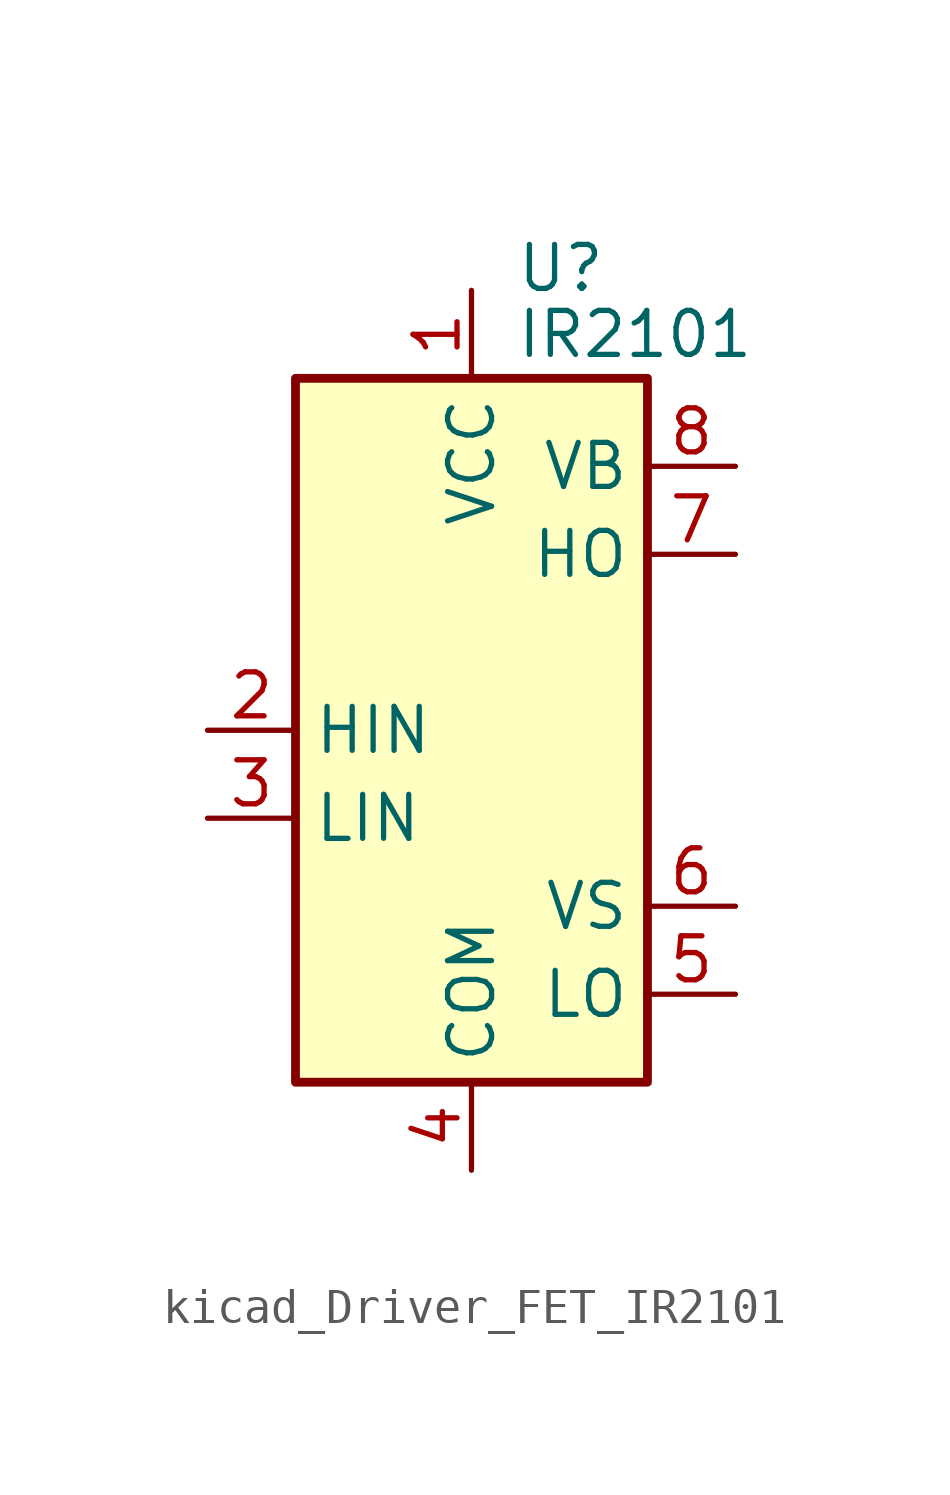
<source format=kicad_sym>
(kicad_symbol_lib
  (version 20220914)
  (generator kicad_symbol_editor)
  (symbol "kicad_Driver_FET_IR2101"
    (property "Reference" "U"
      (at 1.27 13.335 0)
      (effects (font (size 1.27 1.27)) (justify left)))
    (property "Value" "IR2101"
      (at 1.27 11.43 0)
      (effects (font (size 1.27 1.27)) (justify left)))
    (symbol "kicad_Driver_FET_IR2101_0_1"
      (rectangle (start -5.08 -10.16) (end 5.08 10.16) (stroke (width 0.254) (type default)) (fill (type background))))
    (symbol "kicad_Driver_FET_IR2101_1_1"
      (pin power_in line (at 0 12.7 270) (length 2.54) (name "VCC" (effects (font (size 1.27 1.27)))) (number "1" (effects (font (size 1.27 1.27)))))
      (pin input line (at -7.62 0 0) (length 2.54) (name "HIN" (effects (font (size 1.27 1.27)))) (number "2" (effects (font (size 1.27 1.27)))))
      (pin input line (at -7.62 -2.54 0) (length 2.54) (name "LIN" (effects (font (size 1.27 1.27)))) (number "3" (effects (font (size 1.27 1.27)))))
      (pin power_in line (at 0 -12.7 90) (length 2.54) (name "COM" (effects (font (size 1.27 1.27)))) (number "4" (effects (font (size 1.27 1.27)))))
      (pin output line (at 7.62 -7.62 180) (length 2.54) (name "LO" (effects (font (size 1.27 1.27)))) (number "5" (effects (font (size 1.27 1.27)))))
      (pin passive line (at 7.62 -5.08 180) (length 2.54) (name "VS" (effects (font (size 1.27 1.27)))) (number "6" (effects (font (size 1.27 1.27)))))
      (pin output line (at 7.62 5.08 180) (length 2.54) (name "HO" (effects (font (size 1.27 1.27)))) (number "7" (effects (font (size 1.27 1.27)))))
      (pin passive line (at 7.62 7.62 180) (length 2.54) (name "VB" (effects (font (size 1.27 1.27)))) (number "8" (effects (font (size 1.27 1.27))))))))
</source>
